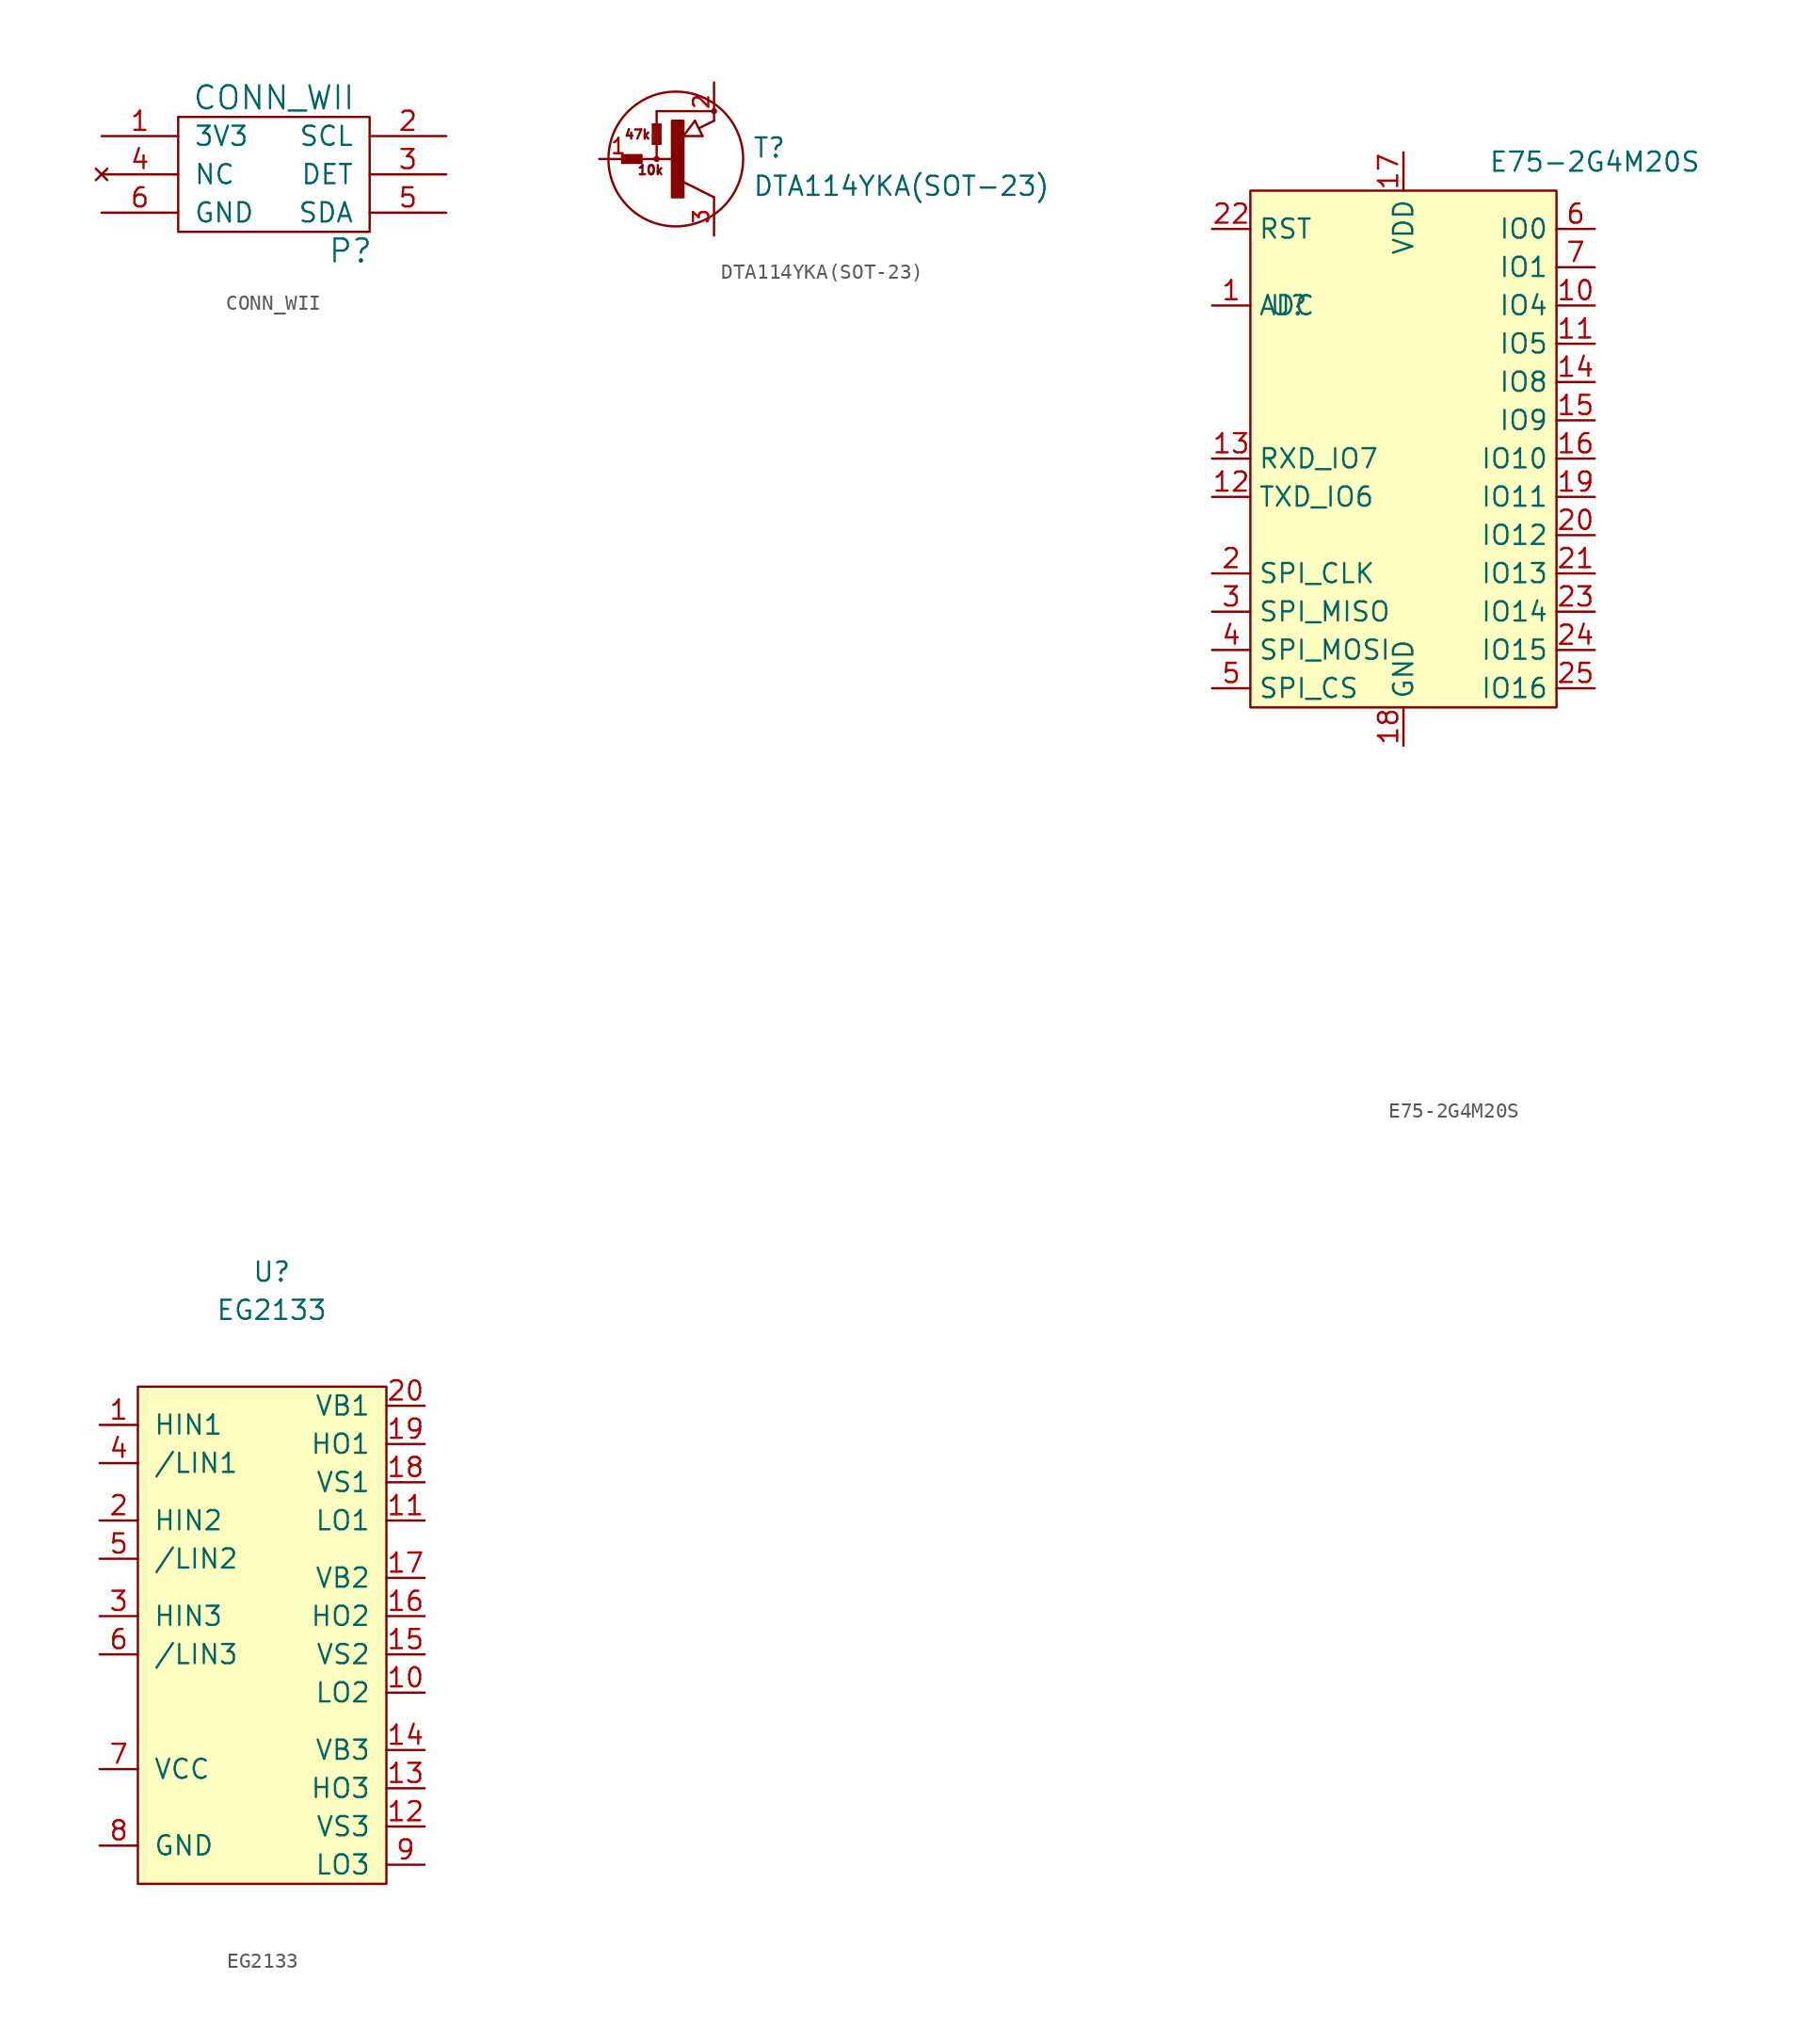
<source format=kicad_sym>
(kicad_symbol_lib
  (version 20231120)
  (generator "kicad_symbol_editor")
  (generator_version "8.0")
  (symbol "CONN_WII"
    (pin_names
      (offset 1.016))
    (property "Reference" "P"
      (at 5.08 -5.08 0)
      (effects (font (size 1.524 1.524))))
    (property "Value" "CONN_WII"
      (at 0 5.08 0)
      (effects (font (size 1.524 1.524))))
    (property "Footprint" ""
      (at -6.35 0 0)
      (effects (font (size 1.524 1.524))))
    (property "Datasheet" ""
      (at -6.35 0 0)
      (effects (font (size 1.524 1.524))))
    (symbol "CONN_WII_0_1"
      (rectangle (start -6.35 3.81) (end 6.35 -3.81) (stroke (width 0) (type solid)) (fill (type none))))
    (symbol "CONN_WII_1_1"
      (pin power_in line (at -11.43 2.54 0) (length 5.08) (name "3V3" (effects (font (size 1.27 1.27)))) (number "1" (effects (font (size 1.27 1.27)))))
      (pin bidirectional line (at 11.43 2.54 180) (length 5.08) (name "SCL" (effects (font (size 1.27 1.27)))) (number "2" (effects (font (size 1.27 1.27)))))
      (pin bidirectional line (at 11.43 0 180) (length 5.08) (name "DET" (effects (font (size 1.27 1.27)))) (number "3" (effects (font (size 1.27 1.27)))))
      (pin no_connect line (at -11.43 0 0) (length 5.08) (name "NC" (effects (font (size 1.27 1.27)))) (number "4" (effects (font (size 1.27 1.27)))))
      (pin bidirectional line (at 11.43 -2.54 180) (length 5.08) (name "SDA" (effects (font (size 1.27 1.27)))) (number "5" (effects (font (size 1.27 1.27)))))
      (pin power_in line (at -11.43 -2.54 0) (length 5.08) (name "GND" (effects (font (size 1.27 1.27)))) (number "6" (effects (font (size 1.27 1.27)))))))
  (symbol "DTA114YKA(SOT-23)"
    (pin_names
      (offset 0) hide)
    (property "Reference" "T"
      (at 5.08 0 0)
      (effects (font (size 1.27 1.27)) (justify left bottom)))
    (property "Value" "DTA114YKA(SOT-23)"
      (at 5.08 -2.54 0)
      (effects (font (size 1.27 1.27)) (justify left bottom)))
    (property "Datasheet" ""
      (at 0 0 0)
      (effects (font (size 1.524 1.524))))
    (symbol "DTA114YKA(SOT-23)_1_0"
      (polyline (pts (xy -3.556 -0.254) (xy -3.556 -0.127)) (stroke (width 0) (type solid)) (fill (type none)))
      (polyline (pts (xy -3.556 -0.254) (xy -2.286 -0.254)) (stroke (width 0) (type solid)) (fill (type none)))
      (polyline (pts (xy -3.556 -0.127) (xy -3.556 0)) (stroke (width 0) (type solid)) (fill (type none)))
      (polyline (pts (xy -3.556 -0.127) (xy -2.286 -0.127)) (stroke (width 0) (type solid)) (fill (type none)))
      (polyline (pts (xy -3.556 0) (xy -3.556 0.127)) (stroke (width 0) (type solid)) (fill (type none)))
      (polyline (pts (xy -3.556 0.127) (xy -3.556 0.254)) (stroke (width 0) (type solid)) (fill (type none)))
      (polyline (pts (xy -3.556 0.127) (xy -2.286 0.127)) (stroke (width 0) (type solid)) (fill (type none)))
      (polyline (pts (xy -3.556 0.254) (xy -2.286 0.254)) (stroke (width 0) (type solid)) (fill (type none)))
      (polyline (pts (xy -2.286 -0.254) (xy -2.286 -0.127)) (stroke (width 0) (type solid)) (fill (type none)))
      (polyline (pts (xy -2.286 -0.127) (xy -2.286 0)) (stroke (width 0) (type solid)) (fill (type none)))
      (polyline (pts (xy -2.286 0) (xy -3.556 0)) (stroke (width 0) (type solid)) (fill (type none)))
      (polyline (pts (xy -2.286 0) (xy -2.286 0.254)) (stroke (width 0) (type solid)) (fill (type none)))
      (polyline (pts (xy -1.524 1.016) (xy -1.397 1.016)) (stroke (width 0) (type solid)) (fill (type none)))
      (polyline (pts (xy -1.524 2.286) (xy -1.524 1.016)) (stroke (width 0) (type solid)) (fill (type none)))
      (polyline (pts (xy -1.524 2.286) (xy -1.397 2.286)) (stroke (width 0) (type solid)) (fill (type none)))
      (polyline (pts (xy -1.397 1.016) (xy -1.143 1.016)) (stroke (width 0) (type solid)) (fill (type none)))
      (polyline (pts (xy -1.397 2.286) (xy -1.397 1.016)) (stroke (width 0) (type solid)) (fill (type none)))
      (polyline (pts (xy -1.397 2.286) (xy -1.143 2.286)) (stroke (width 0) (type solid)) (fill (type none)))
      (polyline (pts (xy -1.27 0) (xy -2.286 0)) (stroke (width 0) (type solid)) (fill (type none)))
      (polyline (pts (xy -1.27 0) (xy -1.27 3.175)) (stroke (width 0) (type solid)) (fill (type none)))
      (polyline (pts (xy -1.27 3.175) (xy 2.54 3.175)) (stroke (width 0) (type solid)) (fill (type none)))
      (polyline (pts (xy -1.143 1.016) (xy -1.016 1.016)) (stroke (width 0) (type solid)) (fill (type none)))
      (polyline (pts (xy -1.143 2.286) (xy -1.143 1.016)) (stroke (width 0) (type solid)) (fill (type none)))
      (polyline (pts (xy -1.143 2.286) (xy -1.016 2.286)) (stroke (width 0) (type solid)) (fill (type none)))
      (polyline (pts (xy -1.016 2.286) (xy -1.016 1.016)) (stroke (width 0) (type solid)) (fill (type none)))
      (polyline (pts (xy 0 0) (xy -1.27 0)) (stroke (width 0) (type solid)) (fill (type none)))
      (polyline (pts (xy 0.508 1.524) (xy 1.778 1.524)) (stroke (width 0) (type solid)) (fill (type none)))
      (polyline (pts (xy 1.27 2.54) (xy 0.508 1.524)) (stroke (width 0) (type solid)) (fill (type none)))
      (polyline (pts (xy 1.778 1.524) (xy 1.27 2.54)) (stroke (width 0) (type solid)) (fill (type none)))
      (polyline (pts (xy 2.54 -2.54) (xy 0.508 -1.524)) (stroke (width 0) (type solid)) (fill (type none)))
      (polyline (pts (xy 2.54 2.54) (xy 1.575 2.057)) (stroke (width 0) (type solid)) (fill (type none)))
      (text "10k" (at -1.676 -0.737 0) (effects (font (size 0.61 0.61))))
      (text "47k" (at -2.54 1.626 0) (effects (font (size 0.61 0.61)))))
    (symbol "DTA114YKA(SOT-23)_1_1"
      (circle (center -1.27 0) (radius 0.127) (stroke (width 0) (type solid)) (fill (type outline)))
      (rectangle (start -0.254 -2.54) (end 0.508 2.54) (stroke (width 0) (type solid)) (fill (type outline)))
      (circle (center 0 0) (radius 4.47) (stroke (width 0) (type solid)) (fill (type none)))
      (circle (center 2.54 3.175) (radius 0.127) (stroke (width 0) (type solid)) (fill (type outline)))
      (pin passive line (at -5.08 0 0) (length 2.54) (name "B" (effects (font (size 1.016 1.016)))) (number "1" (effects (font (size 1.016 1.016)))))
      (pin passive line (at 2.54 5.08 270) (length 2.54) (name "E" (effects (font (size 1.016 1.016)))) (number "2" (effects (font (size 1.016 1.016)))))
      (pin passive line (at 2.54 -5.08 90) (length 2.54) (name "C" (effects (font (size 1.016 1.016)))) (number "3" (effects (font (size 1.016 1.016)))))))
  (symbol "E75-2G4M20S"
    (property "Reference" "U"
      (at -7.62 13.97 0)
      (effects (font (size 1.27 1.27))))
    (property "Value" "E75-2G4M20S"
      (at 12.7 23.495 0)
      (effects (font (size 1.27 1.27))))
    (property "Footprint" ""
      (at 0 0 0)
      (effects (font (size 1.524 1.524))))
    (symbol "E75-2G4M20S_0_1"
      (rectangle (start -10.16 21.59) (end 10.16 -12.7) (stroke (width 0) (type solid)) (fill (type background))))
    (symbol "E75-2G4M20S_1_1"
      (pin input line (at -12.7 13.97 0) (length 2.54) (name "ADC" (effects (font (size 1.27 1.27)))) (number "1" (effects (font (size 1.27 1.27)))))
      (pin bidirectional line (at 12.7 13.97 180) (length 2.54) (name "IO4" (effects (font (size 1.27 1.27)))) (number "10" (effects (font (size 1.27 1.27)))))
      (pin bidirectional line (at 12.7 11.43 180) (length 2.54) (name "IO5" (effects (font (size 1.27 1.27)))) (number "11" (effects (font (size 1.27 1.27)))))
      (pin bidirectional line (at -12.7 1.27 0) (length 2.54) (name "TXD_IO6" (effects (font (size 1.27 1.27)))) (number "12" (effects (font (size 1.27 1.27)))))
      (pin bidirectional line (at -12.7 3.81 0) (length 2.54) (name "RXD_IO7" (effects (font (size 1.27 1.27)))) (number "13" (effects (font (size 1.27 1.27)))))
      (pin bidirectional line (at 12.7 8.89 180) (length 2.54) (name "IO8" (effects (font (size 1.27 1.27)))) (number "14" (effects (font (size 1.27 1.27)))))
      (pin bidirectional line (at 12.7 6.35 180) (length 2.54) (name "IO9" (effects (font (size 1.27 1.27)))) (number "15" (effects (font (size 1.27 1.27)))))
      (pin bidirectional line (at 12.7 3.81 180) (length 2.54) (name "IO10" (effects (font (size 1.27 1.27)))) (number "16" (effects (font (size 1.27 1.27)))))
      (pin power_in line (at 0 24.13 270) (length 2.54) (name "VDD" (effects (font (size 1.27 1.27)))) (number "17" (effects (font (size 1.27 1.27)))))
      (pin power_in line (at 0 -15.24 90) (length 2.54) (name "GND" (effects (font (size 1.27 1.27)))) (number "18" (effects (font (size 1.27 1.27)))))
      (pin bidirectional line (at 12.7 1.27 180) (length 2.54) (name "IO11" (effects (font (size 1.27 1.27)))) (number "19" (effects (font (size 1.27 1.27)))))
      (pin bidirectional line (at -12.7 -3.81 0) (length 2.54) (name "SPI_CLK" (effects (font (size 1.27 1.27)))) (number "2" (effects (font (size 1.27 1.27)))))
      (pin bidirectional line (at 12.7 -1.27 180) (length 2.54) (name "IO12" (effects (font (size 1.27 1.27)))) (number "20" (effects (font (size 1.27 1.27)))))
      (pin bidirectional line (at 12.7 -3.81 180) (length 2.54) (name "IO13" (effects (font (size 1.27 1.27)))) (number "21" (effects (font (size 1.27 1.27)))))
      (pin input line (at -12.7 19.05 0) (length 2.54) (name "RST" (effects (font (size 1.27 1.27)))) (number "22" (effects (font (size 1.27 1.27)))))
      (pin bidirectional line (at 12.7 -6.35 180) (length 2.54) (name "IO14" (effects (font (size 1.27 1.27)))) (number "23" (effects (font (size 1.27 1.27)))))
      (pin bidirectional line (at 12.7 -8.89 180) (length 2.54) (name "IO15" (effects (font (size 1.27 1.27)))) (number "24" (effects (font (size 1.27 1.27)))))
      (pin bidirectional line (at 12.7 -11.43 180) (length 2.54) (name "IO16" (effects (font (size 1.27 1.27)))) (number "25" (effects (font (size 1.27 1.27)))))
      (pin bidirectional line (at -12.7 -6.35 0) (length 2.54) (name "SPI_MISO" (effects (font (size 1.27 1.27)))) (number "3" (effects (font (size 1.27 1.27)))))
      (pin bidirectional line (at -12.7 -8.89 0) (length 2.54) (name "SPI_MOSI" (effects (font (size 1.27 1.27)))) (number "4" (effects (font (size 1.27 1.27)))))
      (pin bidirectional line (at -12.7 -11.43 0) (length 2.54) (name "SPI_CS" (effects (font (size 1.27 1.27)))) (number "5" (effects (font (size 1.27 1.27)))))
      (pin bidirectional line (at 12.7 19.05 180) (length 2.54) (name "IO0" (effects (font (size 1.27 1.27)))) (number "6" (effects (font (size 1.27 1.27)))))
      (pin bidirectional line (at 12.7 16.51 180) (length 2.54) (name "IO1" (effects (font (size 1.27 1.27)))) (number "7" (effects (font (size 1.27 1.27)))))
      (pin bidirectional line (at 9.525 -29.845 180) (length 2.54) hide (name "NC" (effects (font (size 1.27 1.27)))) (number "8" (effects (font (size 1.27 1.27)))))
      (pin bidirectional line (at 9.525 -32.385 180) (length 2.54) hide (name "NC" (effects (font (size 1.27 1.27)))) (number "9" (effects (font (size 1.27 1.27)))))))
  (symbol "EG2133"
    (pin_names
      (offset 1.016))
    (property "Reference" "U"
      (at 0 24.13 0)
      (effects (font (size 1.27 1.27))))
    (property "Value" "EG2133"
      (at 0 21.59 0)
      (effects (font (size 1.27 1.27))))
    (symbol "EG2133_0_1"
      (rectangle (start -8.89 16.51) (end 7.62 -16.51) (stroke (width 0) (type solid)) (fill (type background))))
    (symbol "EG2133_1_1"
      (pin input line (at -11.43 13.97 0) (length 2.54) (name "HIN1" (effects (font (size 1.27 1.27)))) (number "1" (effects (font (size 1.27 1.27)))))
      (pin input line (at 10.16 -3.81 180) (length 2.54) (name "LO2" (effects (font (size 1.27 1.27)))) (number "10" (effects (font (size 1.27 1.27)))))
      (pin input line (at 10.16 7.62 180) (length 2.54) (name "LO1" (effects (font (size 1.27 1.27)))) (number "11" (effects (font (size 1.27 1.27)))))
      (pin input line (at 10.16 -12.7 180) (length 2.54) (name "VS3" (effects (font (size 1.27 1.27)))) (number "12" (effects (font (size 1.27 1.27)))))
      (pin input line (at 10.16 -10.16 180) (length 2.54) (name "HO3" (effects (font (size 1.27 1.27)))) (number "13" (effects (font (size 1.27 1.27)))))
      (pin input line (at 10.16 -7.62 180) (length 2.54) (name "VB3" (effects (font (size 1.27 1.27)))) (number "14" (effects (font (size 1.27 1.27)))))
      (pin input line (at 10.16 -1.27 180) (length 2.54) (name "VS2" (effects (font (size 1.27 1.27)))) (number "15" (effects (font (size 1.27 1.27)))))
      (pin input line (at 10.16 1.27 180) (length 2.54) (name "HO2" (effects (font (size 1.27 1.27)))) (number "16" (effects (font (size 1.27 1.27)))))
      (pin input line (at 10.16 3.81 180) (length 2.54) (name "VB2" (effects (font (size 1.27 1.27)))) (number "17" (effects (font (size 1.27 1.27)))))
      (pin input line (at 10.16 10.16 180) (length 2.54) (name "VS1" (effects (font (size 1.27 1.27)))) (number "18" (effects (font (size 1.27 1.27)))))
      (pin input line (at 10.16 12.7 180) (length 2.54) (name "HO1" (effects (font (size 1.27 1.27)))) (number "19" (effects (font (size 1.27 1.27)))))
      (pin input line (at -11.43 7.62 0) (length 2.54) (name "HIN2" (effects (font (size 1.27 1.27)))) (number "2" (effects (font (size 1.27 1.27)))))
      (pin input line (at 10.16 15.24 180) (length 2.54) (name "VB1" (effects (font (size 1.27 1.27)))) (number "20" (effects (font (size 1.27 1.27)))))
      (pin input line (at -11.43 1.27 0) (length 2.54) (name "HIN3" (effects (font (size 1.27 1.27)))) (number "3" (effects (font (size 1.27 1.27)))))
      (pin input line (at -11.43 11.43 0) (length 2.54) (name "/LIN1" (effects (font (size 1.27 1.27)))) (number "4" (effects (font (size 1.27 1.27)))))
      (pin input line (at -11.43 5.08 0) (length 2.54) (name "/LIN2" (effects (font (size 1.27 1.27)))) (number "5" (effects (font (size 1.27 1.27)))))
      (pin input line (at -11.43 -1.27 0) (length 2.54) (name "/LIN3" (effects (font (size 1.27 1.27)))) (number "6" (effects (font (size 1.27 1.27)))))
      (pin input line (at -11.43 -8.89 0) (length 2.54) (name "VCC" (effects (font (size 1.27 1.27)))) (number "7" (effects (font (size 1.27 1.27)))))
      (pin input line (at -11.43 -13.97 0) (length 2.54) (name "GND" (effects (font (size 1.27 1.27)))) (number "8" (effects (font (size 1.27 1.27)))))
      (pin input line (at 10.16 -15.24 180) (length 2.54) (name "LO3" (effects (font (size 1.27 1.27)))) (number "9" (effects (font (size 1.27 1.27))))))))
</source>
